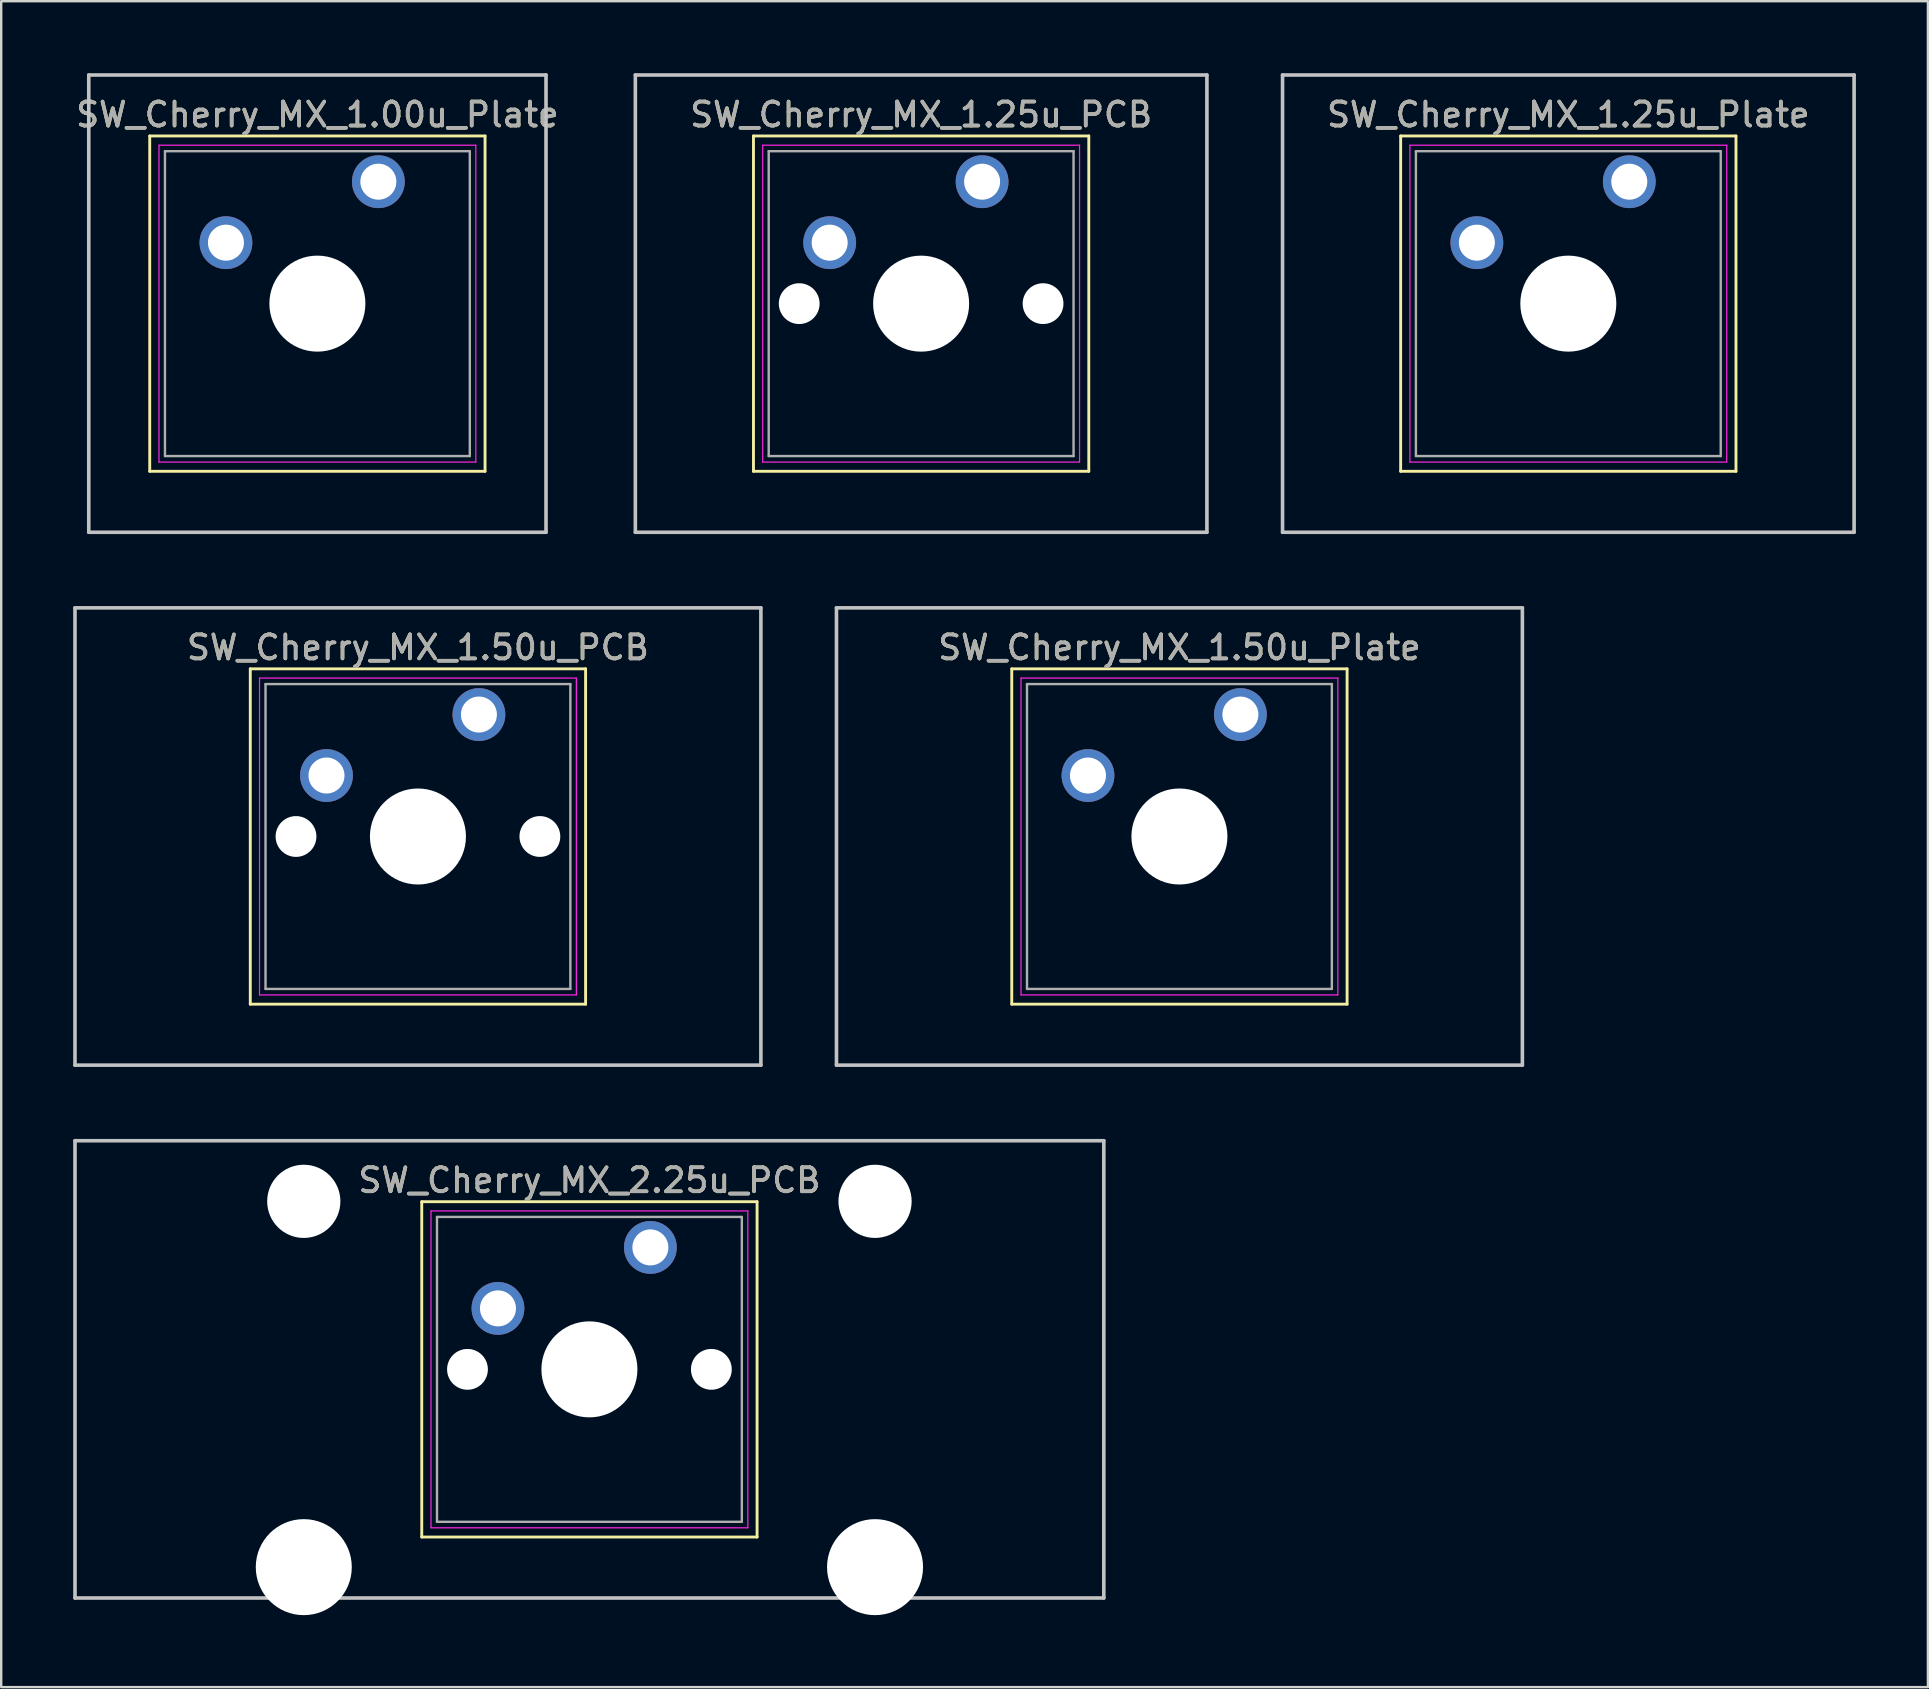
<source format=kicad_pcb>
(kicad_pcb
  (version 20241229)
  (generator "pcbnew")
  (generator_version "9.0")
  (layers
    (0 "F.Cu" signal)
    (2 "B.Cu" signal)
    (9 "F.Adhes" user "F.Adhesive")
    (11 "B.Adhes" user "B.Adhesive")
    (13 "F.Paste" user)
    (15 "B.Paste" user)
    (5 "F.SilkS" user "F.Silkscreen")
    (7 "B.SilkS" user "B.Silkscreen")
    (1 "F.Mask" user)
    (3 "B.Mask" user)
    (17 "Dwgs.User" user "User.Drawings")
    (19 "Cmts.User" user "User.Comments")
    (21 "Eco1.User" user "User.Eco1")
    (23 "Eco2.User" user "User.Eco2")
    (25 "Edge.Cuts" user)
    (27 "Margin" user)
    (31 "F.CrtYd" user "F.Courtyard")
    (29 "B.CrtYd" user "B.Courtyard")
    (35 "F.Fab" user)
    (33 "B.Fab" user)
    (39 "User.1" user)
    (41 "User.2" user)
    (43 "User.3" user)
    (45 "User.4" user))
  (footprint "SW_Cherry_MX_1.00u_Plate"
    (layer "F.Cu")
    (at 12.713 4.52)
    (property "Reference" "SW_Cherry_MX_1.00u_Plate" (at -2.54 -2.794 0) (layer "F.SilkS") (effects (font (size 1 1) (thickness 0.15))))
    (attr through_hole)
    (fp_line (start -9.525 -1.905) (end 4.445 -1.905) (stroke (width 0.12) (type solid)) (layer "F.SilkS"))
    (fp_line (start -9.525 12.065) (end -9.525 -1.905) (stroke (width 0.12) (type solid)) (layer "F.SilkS"))
    (fp_line (start 4.445 -1.905) (end 4.445 12.065) (stroke (width 0.12) (type solid)) (layer "F.SilkS"))
    (fp_line (start 4.445 12.065) (end -9.525 12.065) (stroke (width 0.12) (type solid)) (layer "F.SilkS"))
    (fp_line (start -12.065 -4.445) (end 6.985 -4.445) (stroke (width 0.15) (type solid)) (layer "Dwgs.User"))
    (fp_line (start -12.065 14.605) (end -12.065 -4.445) (stroke (width 0.15) (type solid)) (layer "Dwgs.User"))
    (fp_line (start 6.985 -4.445) (end 6.985 14.605) (stroke (width 0.15) (type solid)) (layer "Dwgs.User"))
    (fp_line (start 6.985 14.605) (end -12.065 14.605) (stroke (width 0.15) (type solid)) (layer "Dwgs.User"))
    (fp_line (start -9.14 -1.52) (end 4.06 -1.52) (stroke (width 0.05) (type solid)) (layer "F.CrtYd"))
    (fp_line (start -9.14 11.68) (end -9.14 -1.52) (stroke (width 0.05) (type solid)) (layer "F.CrtYd"))
    (fp_line (start 4.06 -1.52) (end 4.06 11.68) (stroke (width 0.05) (type solid)) (layer "F.CrtYd"))
    (fp_line (start 4.06 11.68) (end -9.14 11.68) (stroke (width 0.05) (type solid)) (layer "F.CrtYd"))
    (fp_line (start -8.89 -1.27) (end 3.81 -1.27) (stroke (width 0.1) (type solid)) (layer "F.Fab"))
    (fp_line (start -8.89 11.43) (end -8.89 -1.27) (stroke (width 0.1) (type solid)) (layer "F.Fab"))
    (fp_line (start 3.81 -1.27) (end 3.81 11.43) (stroke (width 0.1) (type solid)) (layer "F.Fab"))
    (fp_line (start 3.81 11.43) (end -8.89 11.43) (stroke (width 0.1) (type solid)) (layer "F.Fab"))
    (fp_text user "${REFERENCE}" (at -2.54 -2.794 0) (layer "F.Fab") (effects (font (size 1 1) (thickness 0.15))))
    (pad "" np_thru_hole circle (at -2.54 5.08) (size 4 4) (drill 4) (layers "*.Cu" "*.Mask"))
    (pad "1" thru_hole circle (at 0 0) (size 2.2 2.2) (drill 1.5) (layers "*.Cu" "*.Mask"))
    (pad "2" thru_hole circle (at -6.35 2.54) (size 2.2 2.2) (drill 1.5) (layers "*.Cu" "*.Mask")))
  (footprint "SW_Cherry_MX_2.25u_PCB"
    (layer "F.Cu")
    (at 24.046 48.92)
    (property "Reference" "SW_Cherry_MX_2.25u_PCB" (at -2.54 -2.794 0) (layer "F.SilkS") (effects (font (size 1 1) (thickness 0.15))))
    (attr through_hole)
    (fp_line (start -9.525 -1.905) (end 4.445 -1.905) (stroke (width 0.12) (type solid)) (layer "F.SilkS"))
    (fp_line (start -9.525 12.065) (end -9.525 -1.905) (stroke (width 0.12) (type solid)) (layer "F.SilkS"))
    (fp_line (start 4.445 -1.905) (end 4.445 12.065) (stroke (width 0.12) (type solid)) (layer "F.SilkS"))
    (fp_line (start 4.445 12.065) (end -9.525 12.065) (stroke (width 0.12) (type solid)) (layer "F.SilkS"))
    (fp_line (start -23.971 -4.445) (end 18.891 -4.445) (stroke (width 0.15) (type solid)) (layer "Dwgs.User"))
    (fp_line (start -23.971 14.605) (end -23.971 -4.445) (stroke (width 0.15) (type solid)) (layer "Dwgs.User"))
    (fp_line (start 18.891 -4.445) (end 18.891 14.605) (stroke (width 0.15) (type solid)) (layer "Dwgs.User"))
    (fp_line (start 18.891 14.605) (end -23.971 14.605) (stroke (width 0.15) (type solid)) (layer "Dwgs.User"))
    (fp_line (start -9.14 -1.52) (end 4.06 -1.52) (stroke (width 0.05) (type solid)) (layer "F.CrtYd"))
    (fp_line (start -9.14 11.68) (end -9.14 -1.52) (stroke (width 0.05) (type solid)) (layer "F.CrtYd"))
    (fp_line (start 4.06 -1.52) (end 4.06 11.68) (stroke (width 0.05) (type solid)) (layer "F.CrtYd"))
    (fp_line (start 4.06 11.68) (end -9.14 11.68) (stroke (width 0.05) (type solid)) (layer "F.CrtYd"))
    (fp_line (start -8.89 -1.27) (end 3.81 -1.27) (stroke (width 0.1) (type solid)) (layer "F.Fab"))
    (fp_line (start -8.89 11.43) (end -8.89 -1.27) (stroke (width 0.1) (type solid)) (layer "F.Fab"))
    (fp_line (start 3.81 -1.27) (end 3.81 11.43) (stroke (width 0.1) (type solid)) (layer "F.Fab"))
    (fp_line (start 3.81 11.43) (end -8.89 11.43) (stroke (width 0.1) (type solid)) (layer "F.Fab"))
    (fp_text user "${REFERENCE}" (at -2.54 -2.794 0) (layer "F.Fab") (effects (font (size 1 1) (thickness 0.15))))
    (pad "" np_thru_hole circle (at -14.44 -1.92) (size 3.05 3.05) (drill 3.05) (layers "*.Cu" "*.Mask"))
    (pad "" np_thru_hole circle (at -14.44 13.32) (size 4 4) (drill 4) (layers "*.Cu" "*.Mask"))
    (pad "" np_thru_hole circle (at -7.62 5.08) (size 1.7 1.7) (drill 1.7) (layers "*.Cu" "*.Mask"))
    (pad "" np_thru_hole circle (at -2.54 5.08) (size 4 4) (drill 4) (layers "*.Cu" "*.Mask"))
    (pad "" np_thru_hole circle (at 2.54 5.08) (size 1.7 1.7) (drill 1.7) (layers "*.Cu" "*.Mask"))
    (pad "" np_thru_hole circle (at 9.36 -1.92) (size 3.05 3.05) (drill 3.05) (layers "*.Cu" "*.Mask"))
    (pad "" np_thru_hole circle (at 9.36 13.32) (size 4 4) (drill 4) (layers "*.Cu" "*.Mask"))
    (pad "1" thru_hole circle (at 0 0) (size 2.2 2.2) (drill 1.5) (layers "*.Cu" "*.Mask"))
    (pad "2" thru_hole circle (at -6.35 2.54) (size 2.2 2.2) (drill 1.5) (layers "*.Cu" "*.Mask")))
  (footprint "SW_Cherry_MX_1.50u_Plate"
    (layer "F.Cu")
    (at 48.627 26.72)
    (property "Reference" "SW_Cherry_MX_1.50u_Plate" (at -2.54 -2.794 0) (layer "F.SilkS") (effects (font (size 1 1) (thickness 0.15))))
    (attr through_hole)
    (fp_line (start -9.525 -1.905) (end 4.445 -1.905) (stroke (width 0.12) (type solid)) (layer "F.SilkS"))
    (fp_line (start -9.525 12.065) (end -9.525 -1.905) (stroke (width 0.12) (type solid)) (layer "F.SilkS"))
    (fp_line (start 4.445 -1.905) (end 4.445 12.065) (stroke (width 0.12) (type solid)) (layer "F.SilkS"))
    (fp_line (start 4.445 12.065) (end -9.525 12.065) (stroke (width 0.12) (type solid)) (layer "F.SilkS"))
    (fp_line (start -16.828 -4.445) (end 11.748 -4.445) (stroke (width 0.15) (type solid)) (layer "Dwgs.User"))
    (fp_line (start -16.828 14.605) (end -16.828 -4.445) (stroke (width 0.15) (type solid)) (layer "Dwgs.User"))
    (fp_line (start 11.748 -4.445) (end 11.748 14.605) (stroke (width 0.15) (type solid)) (layer "Dwgs.User"))
    (fp_line (start 11.748 14.605) (end -16.828 14.605) (stroke (width 0.15) (type solid)) (layer "Dwgs.User"))
    (fp_line (start -9.14 -1.52) (end 4.06 -1.52) (stroke (width 0.05) (type solid)) (layer "F.CrtYd"))
    (fp_line (start -9.14 11.68) (end -9.14 -1.52) (stroke (width 0.05) (type solid)) (layer "F.CrtYd"))
    (fp_line (start 4.06 -1.52) (end 4.06 11.68) (stroke (width 0.05) (type solid)) (layer "F.CrtYd"))
    (fp_line (start 4.06 11.68) (end -9.14 11.68) (stroke (width 0.05) (type solid)) (layer "F.CrtYd"))
    (fp_line (start -8.89 -1.27) (end 3.81 -1.27) (stroke (width 0.1) (type solid)) (layer "F.Fab"))
    (fp_line (start -8.89 11.43) (end -8.89 -1.27) (stroke (width 0.1) (type solid)) (layer "F.Fab"))
    (fp_line (start 3.81 -1.27) (end 3.81 11.43) (stroke (width 0.1) (type solid)) (layer "F.Fab"))
    (fp_line (start 3.81 11.43) (end -8.89 11.43) (stroke (width 0.1) (type solid)) (layer "F.Fab"))
    (fp_text user "${REFERENCE}" (at -2.54 -2.794 0) (layer "F.Fab") (effects (font (size 1 1) (thickness 0.15))))
    (pad "" np_thru_hole circle (at -2.54 5.08) (size 4 4) (drill 4) (layers "*.Cu" "*.Mask"))
    (pad "1" thru_hole circle (at 0 0) (size 2.2 2.2) (drill 1.5) (layers "*.Cu" "*.Mask"))
    (pad "2" thru_hole circle (at -6.35 2.54) (size 2.2 2.2) (drill 1.5) (layers "*.Cu" "*.Mask")))
  (footprint "SW_Cherry_MX_1.25u_PCB"
    (layer "F.Cu")
    (at 37.866 4.52)
    (property "Reference" "SW_Cherry_MX_1.25u_PCB" (at -2.54 -2.794 0) (layer "F.SilkS") (effects (font (size 1 1) (thickness 0.15))))
    (attr through_hole)
    (fp_line (start -9.525 -1.905) (end 4.445 -1.905) (stroke (width 0.12) (type solid)) (layer "F.SilkS"))
    (fp_line (start -9.525 12.065) (end -9.525 -1.905) (stroke (width 0.12) (type solid)) (layer "F.SilkS"))
    (fp_line (start 4.445 -1.905) (end 4.445 12.065) (stroke (width 0.12) (type solid)) (layer "F.SilkS"))
    (fp_line (start 4.445 12.065) (end -9.525 12.065) (stroke (width 0.12) (type solid)) (layer "F.SilkS"))
    (fp_line (start -14.446 -4.445) (end 9.366 -4.445) (stroke (width 0.15) (type solid)) (layer "Dwgs.User"))
    (fp_line (start -14.446 14.605) (end -14.446 -4.445) (stroke (width 0.15) (type solid)) (layer "Dwgs.User"))
    (fp_line (start 9.366 -4.445) (end 9.366 14.605) (stroke (width 0.15) (type solid)) (layer "Dwgs.User"))
    (fp_line (start 9.366 14.605) (end -14.446 14.605) (stroke (width 0.15) (type solid)) (layer "Dwgs.User"))
    (fp_line (start -9.14 -1.52) (end 4.06 -1.52) (stroke (width 0.05) (type solid)) (layer "F.CrtYd"))
    (fp_line (start -9.14 11.68) (end -9.14 -1.52) (stroke (width 0.05) (type solid)) (layer "F.CrtYd"))
    (fp_line (start 4.06 -1.52) (end 4.06 11.68) (stroke (width 0.05) (type solid)) (layer "F.CrtYd"))
    (fp_line (start 4.06 11.68) (end -9.14 11.68) (stroke (width 0.05) (type solid)) (layer "F.CrtYd"))
    (fp_line (start -8.89 -1.27) (end 3.81 -1.27) (stroke (width 0.1) (type solid)) (layer "F.Fab"))
    (fp_line (start -8.89 11.43) (end -8.89 -1.27) (stroke (width 0.1) (type solid)) (layer "F.Fab"))
    (fp_line (start 3.81 -1.27) (end 3.81 11.43) (stroke (width 0.1) (type solid)) (layer "F.Fab"))
    (fp_line (start 3.81 11.43) (end -8.89 11.43) (stroke (width 0.1) (type solid)) (layer "F.Fab"))
    (fp_text user "${REFERENCE}" (at -2.54 -2.794 0) (layer "F.Fab") (effects (font (size 1 1) (thickness 0.15))))
    (pad "" np_thru_hole circle (at -7.62 5.08) (size 1.7 1.7) (drill 1.7) (layers "*.Cu" "*.Mask"))
    (pad "" np_thru_hole circle (at -2.54 5.08) (size 4 4) (drill 4) (layers "*.Cu" "*.Mask"))
    (pad "" np_thru_hole circle (at 2.54 5.08) (size 1.7 1.7) (drill 1.7) (layers "*.Cu" "*.Mask"))
    (pad "1" thru_hole circle (at 0 0) (size 2.2 2.2) (drill 1.5) (layers "*.Cu" "*.Mask"))
    (pad "2" thru_hole circle (at -6.35 2.54) (size 2.2 2.2) (drill 1.5) (layers "*.Cu" "*.Mask")))
  (footprint "SW_Cherry_MX_1.50u_PCB"
    (layer "F.Cu")
    (at 16.902 26.72)
    (property "Reference" "SW_Cherry_MX_1.50u_PCB" (at -2.54 -2.794 0) (layer "F.SilkS") (effects (font (size 1 1) (thickness 0.15))))
    (attr through_hole)
    (fp_line (start -9.525 -1.905) (end 4.445 -1.905) (stroke (width 0.12) (type solid)) (layer "F.SilkS"))
    (fp_line (start -9.525 12.065) (end -9.525 -1.905) (stroke (width 0.12) (type solid)) (layer "F.SilkS"))
    (fp_line (start 4.445 -1.905) (end 4.445 12.065) (stroke (width 0.12) (type solid)) (layer "F.SilkS"))
    (fp_line (start 4.445 12.065) (end -9.525 12.065) (stroke (width 0.12) (type solid)) (layer "F.SilkS"))
    (fp_line (start -16.828 -4.445) (end 11.748 -4.445) (stroke (width 0.15) (type solid)) (layer "Dwgs.User"))
    (fp_line (start -16.828 14.605) (end -16.828 -4.445) (stroke (width 0.15) (type solid)) (layer "Dwgs.User"))
    (fp_line (start 11.748 -4.445) (end 11.748 14.605) (stroke (width 0.15) (type solid)) (layer "Dwgs.User"))
    (fp_line (start 11.748 14.605) (end -16.828 14.605) (stroke (width 0.15) (type solid)) (layer "Dwgs.User"))
    (fp_line (start -9.14 -1.52) (end 4.06 -1.52) (stroke (width 0.05) (type solid)) (layer "F.CrtYd"))
    (fp_line (start -9.14 11.68) (end -9.14 -1.52) (stroke (width 0.05) (type solid)) (layer "F.CrtYd"))
    (fp_line (start 4.06 -1.52) (end 4.06 11.68) (stroke (width 0.05) (type solid)) (layer "F.CrtYd"))
    (fp_line (start 4.06 11.68) (end -9.14 11.68) (stroke (width 0.05) (type solid)) (layer "F.CrtYd"))
    (fp_line (start -8.89 -1.27) (end 3.81 -1.27) (stroke (width 0.1) (type solid)) (layer "F.Fab"))
    (fp_line (start -8.89 11.43) (end -8.89 -1.27) (stroke (width 0.1) (type solid)) (layer "F.Fab"))
    (fp_line (start 3.81 -1.27) (end 3.81 11.43) (stroke (width 0.1) (type solid)) (layer "F.Fab"))
    (fp_line (start 3.81 11.43) (end -8.89 11.43) (stroke (width 0.1) (type solid)) (layer "F.Fab"))
    (fp_text user "${REFERENCE}" (at -2.54 -2.794 0) (layer "F.Fab") (effects (font (size 1 1) (thickness 0.15))))
    (pad "" np_thru_hole circle (at -7.62 5.08) (size 1.7 1.7) (drill 1.7) (layers "*.Cu" "*.Mask"))
    (pad "" np_thru_hole circle (at -2.54 5.08) (size 4 4) (drill 4) (layers "*.Cu" "*.Mask"))
    (pad "" np_thru_hole circle (at 2.54 5.08) (size 1.7 1.7) (drill 1.7) (layers "*.Cu" "*.Mask"))
    (pad "1" thru_hole circle (at 0 0) (size 2.2 2.2) (drill 1.5) (layers "*.Cu" "*.Mask"))
    (pad "2" thru_hole circle (at -6.35 2.54) (size 2.2 2.2) (drill 1.5) (layers "*.Cu" "*.Mask")))
  (footprint "SW_Cherry_MX_1.25u_Plate"
    (layer "F.Cu")
    (at 64.829 4.52)
    (property "Reference" "SW_Cherry_MX_1.25u_Plate" (at -2.54 -2.794 0) (layer "F.SilkS") (effects (font (size 1 1) (thickness 0.15))))
    (attr through_hole)
    (fp_line (start -9.525 -1.905) (end 4.445 -1.905) (stroke (width 0.12) (type solid)) (layer "F.SilkS"))
    (fp_line (start -9.525 12.065) (end -9.525 -1.905) (stroke (width 0.12) (type solid)) (layer "F.SilkS"))
    (fp_line (start 4.445 -1.905) (end 4.445 12.065) (stroke (width 0.12) (type solid)) (layer "F.SilkS"))
    (fp_line (start 4.445 12.065) (end -9.525 12.065) (stroke (width 0.12) (type solid)) (layer "F.SilkS"))
    (fp_line (start -14.446 -4.445) (end 9.366 -4.445) (stroke (width 0.15) (type solid)) (layer "Dwgs.User"))
    (fp_line (start -14.446 14.605) (end -14.446 -4.445) (stroke (width 0.15) (type solid)) (layer "Dwgs.User"))
    (fp_line (start 9.366 -4.445) (end 9.366 14.605) (stroke (width 0.15) (type solid)) (layer "Dwgs.User"))
    (fp_line (start 9.366 14.605) (end -14.446 14.605) (stroke (width 0.15) (type solid)) (layer "Dwgs.User"))
    (fp_line (start -9.14 -1.52) (end 4.06 -1.52) (stroke (width 0.05) (type solid)) (layer "F.CrtYd"))
    (fp_line (start -9.14 11.68) (end -9.14 -1.52) (stroke (width 0.05) (type solid)) (layer "F.CrtYd"))
    (fp_line (start 4.06 -1.52) (end 4.06 11.68) (stroke (width 0.05) (type solid)) (layer "F.CrtYd"))
    (fp_line (start 4.06 11.68) (end -9.14 11.68) (stroke (width 0.05) (type solid)) (layer "F.CrtYd"))
    (fp_line (start -8.89 -1.27) (end 3.81 -1.27) (stroke (width 0.1) (type solid)) (layer "F.Fab"))
    (fp_line (start -8.89 11.43) (end -8.89 -1.27) (stroke (width 0.1) (type solid)) (layer "F.Fab"))
    (fp_line (start 3.81 -1.27) (end 3.81 11.43) (stroke (width 0.1) (type solid)) (layer "F.Fab"))
    (fp_line (start 3.81 11.43) (end -8.89 11.43) (stroke (width 0.1) (type solid)) (layer "F.Fab"))
    (fp_text user "${REFERENCE}" (at -2.54 -2.794 0) (layer "F.Fab") (effects (font (size 1 1) (thickness 0.15))))
    (pad "" np_thru_hole circle (at -2.54 5.08) (size 4 4) (drill 4) (layers "*.Cu" "*.Mask"))
    (pad "1" thru_hole circle (at 0 0) (size 2.2 2.2) (drill 1.5) (layers "*.Cu" "*.Mask"))
    (pad "2" thru_hole circle (at -6.35 2.54) (size 2.2 2.2) (drill 1.5) (layers "*.Cu" "*.Mask")))
  (gr_rect
    (start -3 -3)
    (end 77.27 67.24)
    (stroke (width 0.1) (type default))
    (fill no)
    (layer "Edge.Cuts")))
</source>
